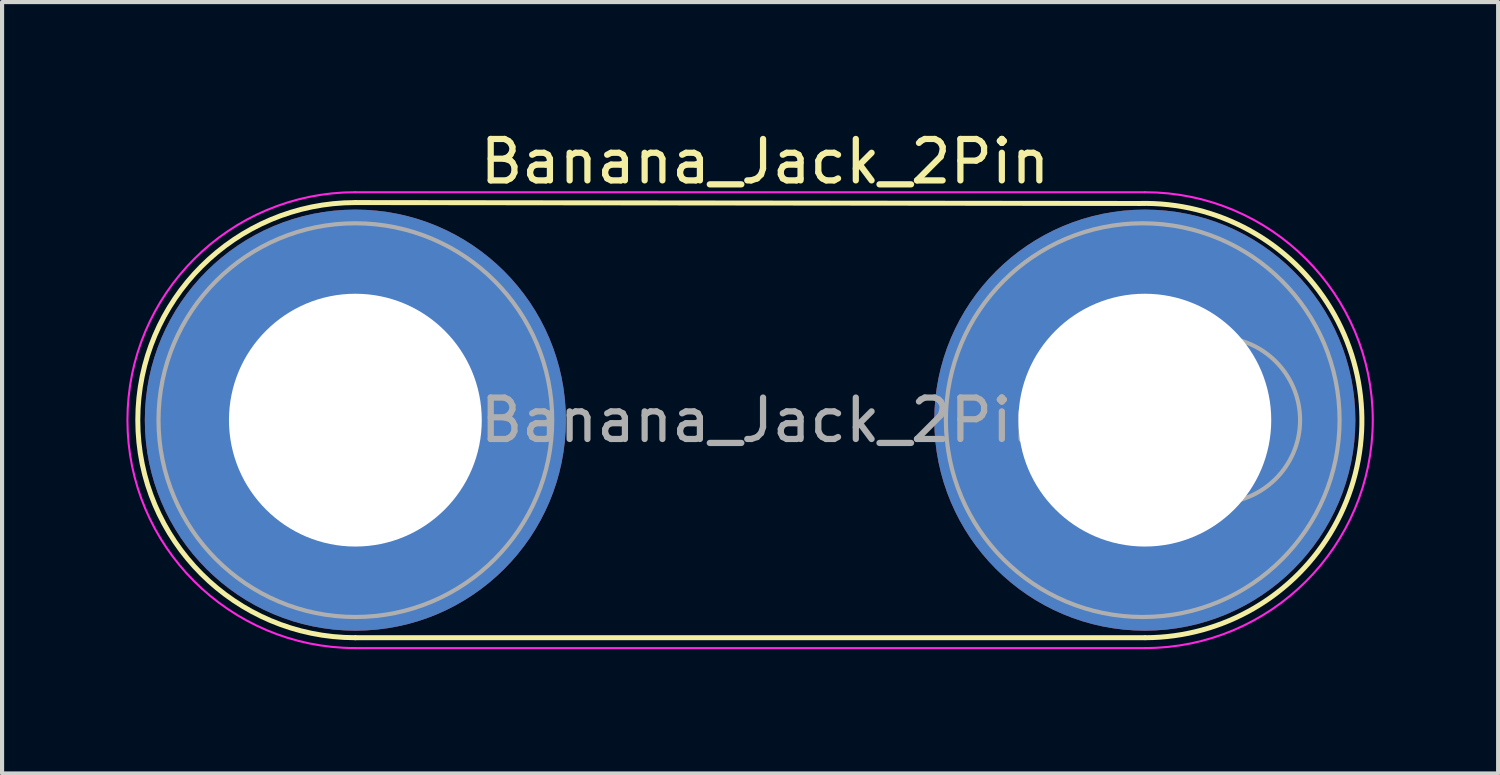
<source format=kicad_pcb>
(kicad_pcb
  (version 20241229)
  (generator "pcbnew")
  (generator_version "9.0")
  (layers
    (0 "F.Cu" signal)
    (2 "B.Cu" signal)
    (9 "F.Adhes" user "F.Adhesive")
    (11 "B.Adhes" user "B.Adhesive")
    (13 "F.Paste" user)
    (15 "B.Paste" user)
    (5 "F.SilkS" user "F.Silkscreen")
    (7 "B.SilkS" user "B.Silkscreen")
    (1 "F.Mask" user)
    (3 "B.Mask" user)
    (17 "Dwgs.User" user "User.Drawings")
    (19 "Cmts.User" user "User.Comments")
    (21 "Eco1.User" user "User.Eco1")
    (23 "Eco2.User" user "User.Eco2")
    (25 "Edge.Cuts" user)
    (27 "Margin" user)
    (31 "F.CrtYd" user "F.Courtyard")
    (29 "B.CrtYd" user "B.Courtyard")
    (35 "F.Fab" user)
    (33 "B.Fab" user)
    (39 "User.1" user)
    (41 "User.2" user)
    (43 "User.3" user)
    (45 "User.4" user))
  (footprint "Banana_Jack_2Pin"
    (layer "F.Cu")
    (at 5.525 7.088)
    (property "Reference" "Banana_Jack_2Pin" (at 9.885 -6.24 0) (layer "F.SilkS") (effects (font (size 1 1) (thickness 0.15))))
    (attr through_hole)
    (fp_line (start 0 5.25) (end 19.05 5.25) (stroke (width 0.12) (type solid)) (layer "F.SilkS"))
    (fp_line (start 18.915 -5.228) (end 0 -5.25) (stroke (width 0.12) (type solid)) (layer "F.SilkS"))
    (fp_arc (start 0 5.25) (mid -5.25 0) (end 0 -5.25) (stroke (width 0.12) (type solid)) (layer "F.SilkS"))
    (fp_arc (start 18.914887 -5.228266) (mid 24.289506 -0.062561) (end 19.059999 5.249999) (stroke (width 0.12) (type solid)) (layer "F.SilkS"))
    (fp_line (start 0 5.5) (end 19.05 5.5) (stroke (width 0.05) (type solid)) (layer "F.CrtYd"))
    (fp_line (start 19.05 -5.5) (end 0 -5.5) (stroke (width 0.05) (type solid)) (layer "F.CrtYd"))
    (fp_arc (start 0 5.5) (mid -5.5 0) (end 0 -5.5) (stroke (width 0.05) (type solid)) (layer "F.CrtYd"))
    (fp_arc (start 19.05 -5.5) (mid 24.55 0) (end 19.05 5.5) (stroke (width 0.05) (type solid)) (layer "F.CrtYd"))
    (fp_circle (center 0 0) (end 2 0) (stroke (width 0.1) (type solid)) (fill no) (layer "F.Fab"))
    (fp_circle (center 0 0) (end 4.75 0) (stroke (width 0.1) (type solid)) (fill no) (layer "F.Fab"))
    (fp_circle (center 18.999 0) (end 23.749 0) (stroke (width 0.1) (type solid)) (fill no) (layer "F.Fab"))
    (fp_circle (center 20.796 0) (end 22.796 0) (stroke (width 0.1) (type solid)) (fill no) (layer "F.Fab"))
    (fp_text user "${REFERENCE}" (at 9.885 0 0) (layer "F.Fab") (effects (font (size 1 1) (thickness 0.15))))
    (pad "1" thru_hole circle (at 0 0) (size 10.16 10.16) (drill 6.1) (layers "*.Cu" "*.Mask"))
    (pad "2" thru_hole circle (at 19.05 0) (size 10.16 10.16) (drill 6.1) (layers "*.Cu" "*.Mask")))
  (gr_rect
    (start -3 -3)
    (end 33.1 15.613)
    (stroke (width 0.1) (type default))
    (fill no)
    (layer "Edge.Cuts")))
</source>
